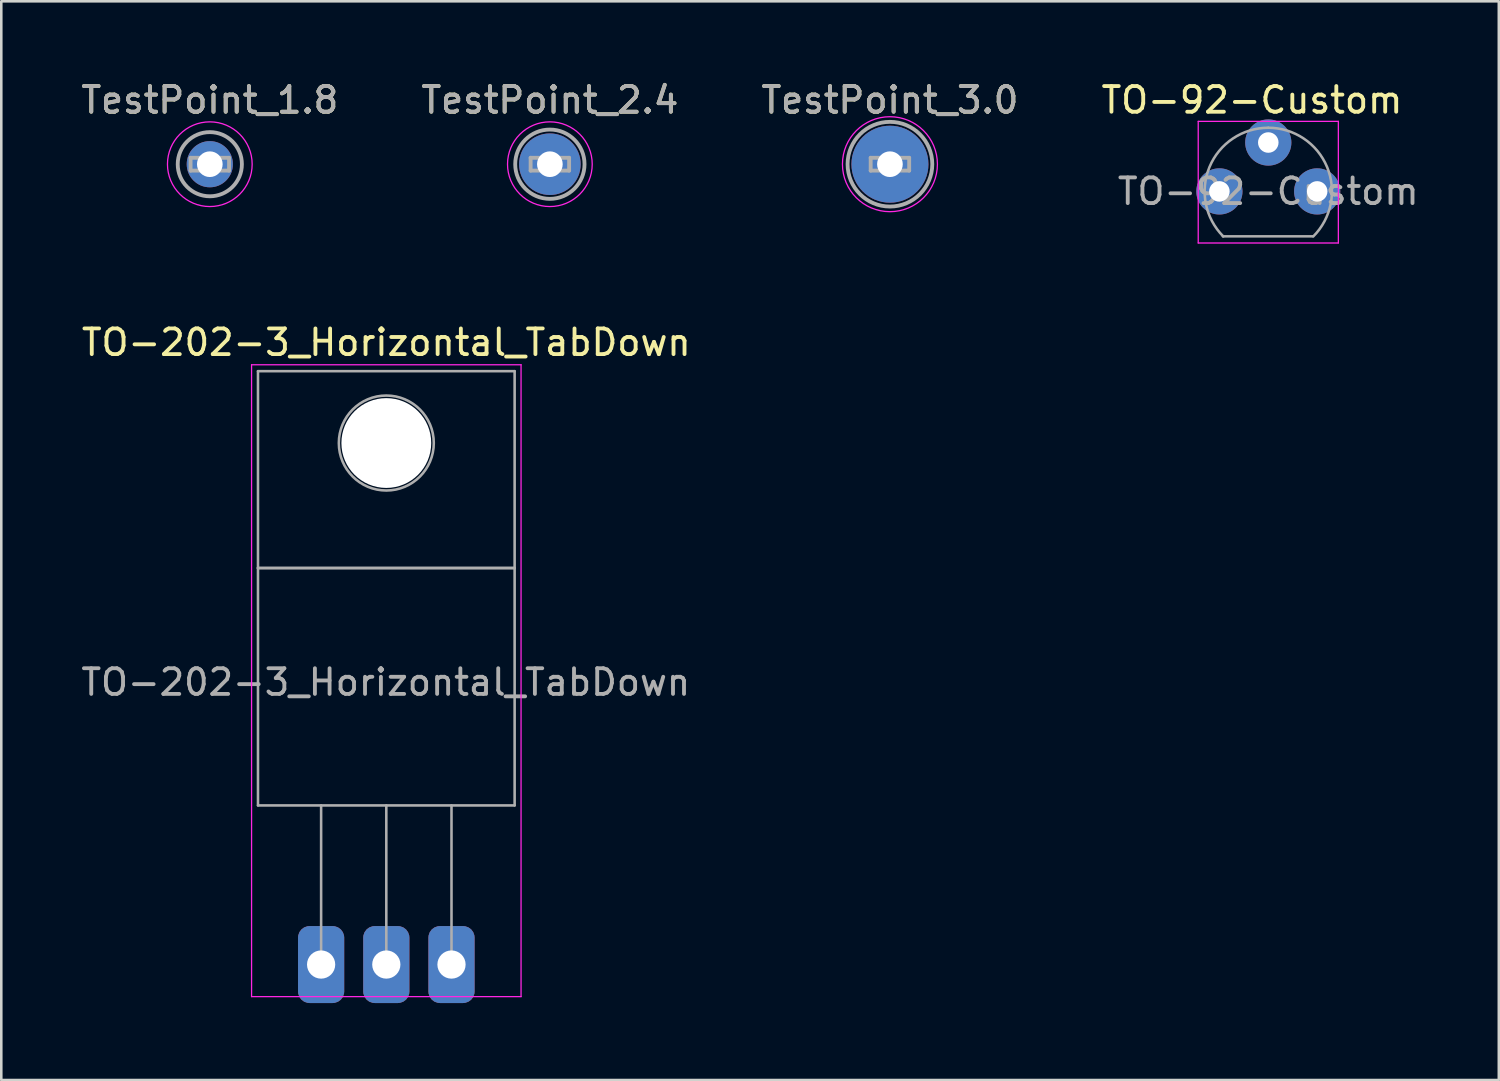
<source format=kicad_pcb>
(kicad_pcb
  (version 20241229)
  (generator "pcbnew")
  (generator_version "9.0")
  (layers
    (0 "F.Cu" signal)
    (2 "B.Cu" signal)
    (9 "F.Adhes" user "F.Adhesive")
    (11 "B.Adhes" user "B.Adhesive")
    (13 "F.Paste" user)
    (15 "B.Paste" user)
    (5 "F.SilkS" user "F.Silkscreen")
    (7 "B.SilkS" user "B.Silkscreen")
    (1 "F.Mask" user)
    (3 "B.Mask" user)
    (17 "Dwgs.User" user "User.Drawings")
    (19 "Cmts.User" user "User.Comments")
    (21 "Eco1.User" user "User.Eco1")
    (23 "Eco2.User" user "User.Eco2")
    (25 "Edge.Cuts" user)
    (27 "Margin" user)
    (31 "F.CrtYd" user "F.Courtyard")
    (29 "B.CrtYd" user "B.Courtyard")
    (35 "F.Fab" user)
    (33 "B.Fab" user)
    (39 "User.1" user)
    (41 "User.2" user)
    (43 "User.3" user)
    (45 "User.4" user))
  (footprint "TestPoint_1.8"
    (layer "F.Cu")
    (at 5.125 3.348)
    (property "Reference" "TestPoint_1.8" (at 0 -2.5 0) (layer "F.SilkS") (effects (font (size 1 1) (thickness 0.15))))
    (attr through_hole)
    (fp_circle (center 0 0) (end 1.65 0) (stroke (width 0.05) (type solid)) (fill no) (layer "F.CrtYd"))
    (fp_line (start -0.75 -0.25) (end 0.75 -0.25) (stroke (width 0.15) (type solid)) (layer "F.Fab"))
    (fp_line (start -0.75 0.25) (end -0.75 -0.25) (stroke (width 0.15) (type solid)) (layer "F.Fab"))
    (fp_line (start 0.75 -0.25) (end 0.75 0.25) (stroke (width 0.15) (type solid)) (layer "F.Fab"))
    (fp_line (start 0.75 0.25) (end -0.75 0.25) (stroke (width 0.15) (type solid)) (layer "F.Fab"))
    (fp_circle (center 0 0) (end 1.25 0) (stroke (width 0.15) (type solid)) (fill no) (layer "F.Fab"))
    (fp_text user "${REFERENCE}" (at 0 -2.5 0) (layer "F.Fab") (effects (font (size 1 1) (thickness 0.15))))
    (pad "1" thru_hole circle (at 0 0) (size 1.8 1.8) (drill 1) (layers "*.Cu" "*.Mask")))
  (footprint "TestPoint_3.0"
    (layer "F.Cu")
    (at 31.625 3.348)
    (property "Reference" "TestPoint_3.0" (at 0 -2.5 0) (layer "F.SilkS") (effects (font (size 1 1) (thickness 0.15))))
    (attr through_hole)
    (fp_circle (center 0 0) (end 1.85 0) (stroke (width 0.05) (type solid)) (fill no) (layer "F.CrtYd"))
    (fp_line (start -0.75 -0.25) (end 0.75 -0.25) (stroke (width 0.15) (type solid)) (layer "F.Fab"))
    (fp_line (start -0.75 0.25) (end -0.75 -0.25) (stroke (width 0.15) (type solid)) (layer "F.Fab"))
    (fp_line (start 0.75 -0.25) (end 0.75 0.25) (stroke (width 0.15) (type solid)) (layer "F.Fab"))
    (fp_line (start 0.75 0.25) (end -0.75 0.25) (stroke (width 0.15) (type solid)) (layer "F.Fab"))
    (fp_circle (center 0 0) (end 1.65 0) (stroke (width 0.15) (type solid)) (fill no) (layer "F.Fab"))
    (fp_text user "${REFERENCE}" (at 0 -2.5 0) (layer "F.Fab") (effects (font (size 1 1) (thickness 0.15))))
    (pad "1" thru_hole circle (at 0 0) (size 3 3) (drill 1) (layers "*.Cu" "*.Mask")))
  (footprint "TO-202-3_Horizontal_TabDown"
    (layer "F.Cu")
    (at 9.462 34.532)
    (property "Reference" "TO-202-3_Horizontal_TabDown" (at 2.54 -24.24 0) (layer "F.SilkS") (effects (font (size 1 1) (thickness 0.15))))
    (attr through_hole)
    (fp_line (start -2.71 -23.37) (end -2.71 1.25) (stroke (width 0.05) (type solid)) (layer "F.CrtYd"))
    (fp_line (start -2.71 1.25) (end 7.79 1.25) (stroke (width 0.05) (type solid)) (layer "F.CrtYd"))
    (fp_line (start 7.79 -23.37) (end -2.71 -23.37) (stroke (width 0.05) (type solid)) (layer "F.CrtYd"))
    (fp_line (start 7.79 1.25) (end 7.79 -23.37) (stroke (width 0.05) (type solid)) (layer "F.CrtYd"))
    (fp_line (start -2.46 -23.12) (end 7.54 -23.12) (stroke (width 0.1) (type solid)) (layer "F.Fab"))
    (fp_line (start -2.46 -15.45) (end -2.46 -23.12) (stroke (width 0.1) (type solid)) (layer "F.Fab"))
    (fp_line (start -2.46 -15.45) (end 7.54 -15.45) (stroke (width 0.1) (type solid)) (layer "F.Fab"))
    (fp_line (start -2.46 -6.2) (end -2.46 -15.45) (stroke (width 0.1) (type solid)) (layer "F.Fab"))
    (fp_line (start 0 -6.2) (end 0 0) (stroke (width 0.1) (type solid)) (layer "F.Fab"))
    (fp_line (start 2.54 -6.2) (end 2.54 0) (stroke (width 0.1) (type solid)) (layer "F.Fab"))
    (fp_line (start 5.08 -6.2) (end 5.08 0) (stroke (width 0.1) (type solid)) (layer "F.Fab"))
    (fp_line (start 7.54 -23.12) (end 7.54 -15.45) (stroke (width 0.1) (type solid)) (layer "F.Fab"))
    (fp_line (start 7.54 -15.45) (end -2.46 -15.45) (stroke (width 0.1) (type solid)) (layer "F.Fab"))
    (fp_line (start 7.54 -15.45) (end 7.54 -6.2) (stroke (width 0.1) (type solid)) (layer "F.Fab"))
    (fp_line (start 7.54 -6.2) (end -2.46 -6.2) (stroke (width 0.1) (type solid)) (layer "F.Fab"))
    (fp_circle (center 2.54 -20.32) (end 4.39 -20.32) (stroke (width 0.1) (type solid)) (fill no) (layer "F.Fab"))
    (fp_text user "${REFERENCE}" (at 2.52 -11 0) (layer "F.Fab") (effects (font (size 1 1) (thickness 0.15))))
    (pad "" np_thru_hole oval (at 2.54 -20.32) (size 3.5 3.5) (drill 3.5) (layers "*.Cu" "*.Mask"))
    (pad "1" thru_hole roundrect (at 0 0) (size 1.8 3) (drill 1.1) (layers "*.Cu" "*.Mask") (roundrect_rratio 0.25))
    (pad "2" thru_hole roundrect (at 2.54 0) (size 1.8 3) (drill 1.1) (layers "*.Cu" "*.Mask") (roundrect_rratio 0.25))
    (pad "3" thru_hole roundrect (at 5.08 0) (size 1.8 3) (drill 1.1) (layers "*.Cu" "*.Mask") (roundrect_rratio 0.25)))
  (footprint "TO-92-Custom"
    (layer "F.Cu")
    (at 44.462 4.408)
    (property "Reference" "TO-92-Custom" (at 1.27 -3.56 0) (layer "F.SilkS") (effects (font (size 1 1) (thickness 0.15))))
    (attr through_hole)
    (fp_line (start -0.825 -2.73) (end -0.825 2.01) (stroke (width 0.05) (type solid)) (layer "F.CrtYd"))
    (fp_line (start -0.825 -2.73) (end 4.635 -2.73) (stroke (width 0.05) (type solid)) (layer "F.CrtYd"))
    (fp_line (start 4.635 2.01) (end -0.825 2.01) (stroke (width 0.05) (type solid)) (layer "F.CrtYd"))
    (fp_line (start 4.635 2.01) (end 4.635 -2.73) (stroke (width 0.05) (type solid)) (layer "F.CrtYd"))
    (fp_line (start 0.135 1.75) (end 3.635 1.75) (stroke (width 0.1) (type solid)) (layer "F.Fab"))
    (fp_arc (start 0.151375 1.753625) (mid -0.386221 -0.949055) (end 1.905 -2.48) (stroke (width 0.1) (type solid)) (layer "F.Fab"))
    (fp_arc (start 1.905 -2.48) (mid 4.196221 -0.949055) (end 3.658625 1.753625) (stroke (width 0.1) (type solid)) (layer "F.Fab"))
    (fp_text user "${REFERENCE}" (at 1.905 0 0) (layer "F.Fab") (effects (font (size 1 1) (thickness 0.15))))
    (pad "1" thru_hole circle (at 3.81 0) (size 1.8 1.8) (drill 0.8) (layers "*.Cu" "*.Mask"))
    (pad "2" thru_hole circle (at 1.905 -1.905) (size 1.8 1.8) (drill 0.8) (layers "*.Cu" "*.Mask"))
    (pad "3" thru_hole circle (at 0 0) (size 1.8 1.8) (drill 0.8) (layers "*.Cu" "*.Mask")))
  (footprint "TestPoint_2.4"
    (layer "F.Cu")
    (at 18.375 3.348)
    (property "Reference" "TestPoint_2.4" (at 0 -2.5 0) (layer "F.SilkS") (effects (font (size 1 1) (thickness 0.15))))
    (attr through_hole)
    (fp_circle (center 0 0) (end 1.65 0) (stroke (width 0.05) (type solid)) (fill no) (layer "F.CrtYd"))
    (fp_line (start -0.75 -0.25) (end 0.75 -0.25) (stroke (width 0.15) (type solid)) (layer "F.Fab"))
    (fp_line (start -0.75 0.25) (end -0.75 -0.25) (stroke (width 0.15) (type solid)) (layer "F.Fab"))
    (fp_line (start 0.75 -0.25) (end 0.75 0.25) (stroke (width 0.15) (type solid)) (layer "F.Fab"))
    (fp_line (start 0.75 0.25) (end -0.75 0.25) (stroke (width 0.15) (type solid)) (layer "F.Fab"))
    (fp_circle (center 0 0) (end 1.35 0) (stroke (width 0.15) (type solid)) (fill no) (layer "F.Fab"))
    (fp_text user "${REFERENCE}" (at 0 -2.5 0) (layer "F.Fab") (effects (font (size 1 1) (thickness 0.15))))
    (pad "1" thru_hole circle (at 0 0) (size 2.4 2.4) (drill 1) (layers "*.Cu" "*.Mask")))
  (gr_rect
    (start -3 -3)
    (end 55.349 39.032)
    (stroke (width 0.1) (type default))
    (fill no)
    (layer "Edge.Cuts")))
</source>
